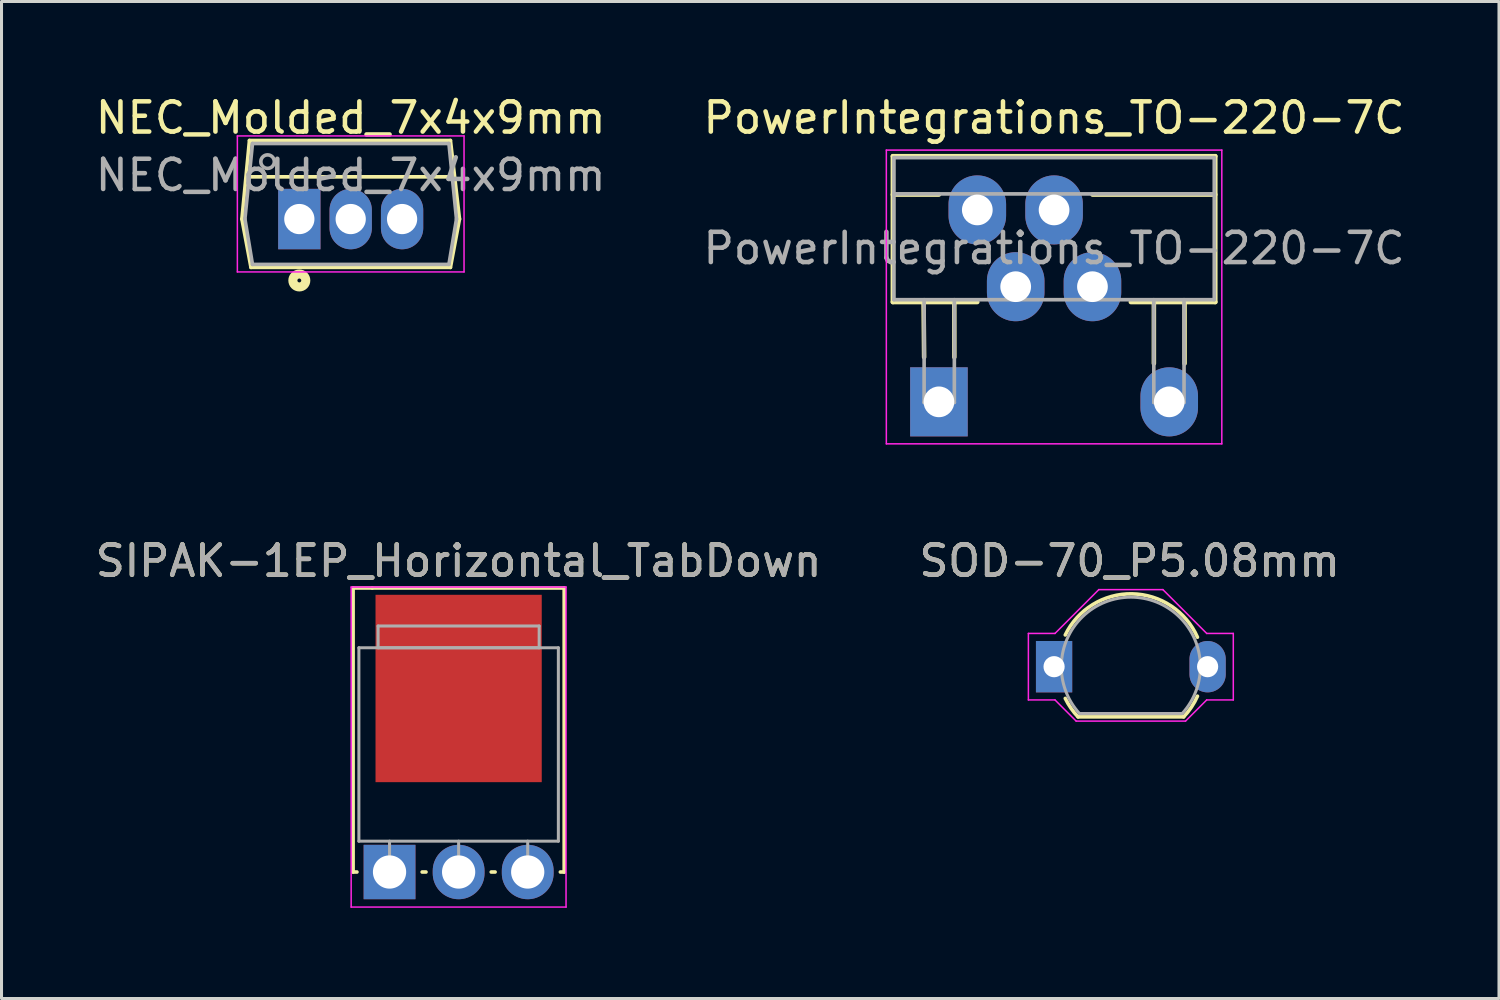
<source format=kicad_pcb>
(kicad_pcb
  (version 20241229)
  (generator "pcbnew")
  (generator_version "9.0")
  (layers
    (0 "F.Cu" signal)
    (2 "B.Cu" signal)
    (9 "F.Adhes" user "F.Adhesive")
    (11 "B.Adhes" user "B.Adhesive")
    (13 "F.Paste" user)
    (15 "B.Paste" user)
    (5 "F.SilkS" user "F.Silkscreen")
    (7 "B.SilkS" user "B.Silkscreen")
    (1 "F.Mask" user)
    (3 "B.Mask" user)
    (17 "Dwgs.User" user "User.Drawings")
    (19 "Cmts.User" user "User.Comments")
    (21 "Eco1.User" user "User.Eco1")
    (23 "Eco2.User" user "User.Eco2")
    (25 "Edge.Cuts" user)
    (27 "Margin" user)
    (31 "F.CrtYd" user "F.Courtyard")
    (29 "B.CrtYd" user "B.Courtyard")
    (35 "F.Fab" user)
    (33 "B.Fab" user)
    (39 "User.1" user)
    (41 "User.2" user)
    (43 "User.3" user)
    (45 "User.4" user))
  (footprint "NEC_Molded_7x4x9mm"
    (layer "F.Cu")
    (at 6.854 4.198)
    (property "Reference" "NEC_Molded_7x4x9mm" (at 1.7 -3.35 0) (layer "F.SilkS") (effects (font (size 1 1) (thickness 0.15))))
    (attr through_hole)
    (fp_line (start -1.9 0) (end -1.6 1.6) (stroke (width 0.12) (type solid)) (layer "F.SilkS"))
    (fp_line (start -1.714 -1.397) (end 5.08 -1.397) (stroke (width 0.12) (type solid)) (layer "F.SilkS"))
    (fp_line (start -1.65 -2.6) (end -1.9 0) (stroke (width 0.12) (type solid)) (layer "F.SilkS"))
    (fp_line (start -1.6 1.6) (end 5 1.6) (stroke (width 0.12) (type solid)) (layer "F.SilkS"))
    (fp_line (start 5 -2.6) (end -1.65 -2.6) (stroke (width 0.12) (type solid)) (layer "F.SilkS"))
    (fp_line (start 5 1.6) (end 5.3 0) (stroke (width 0.12) (type solid)) (layer "F.SilkS"))
    (fp_line (start 5.3 0) (end 5 -2.6) (stroke (width 0.12) (type solid)) (layer "F.SilkS"))
    (fp_circle (center 0 2.032) (end 0.064 2.032) (stroke (width 0.3) (type solid)) (fill no) (layer "F.SilkS"))
    (fp_line (start -2.05 -2.75) (end -2.05 1.75) (stroke (width 0.05) (type solid)) (layer "F.CrtYd"))
    (fp_line (start -2.05 1.75) (end 5.45 1.75) (stroke (width 0.05) (type solid)) (layer "F.CrtYd"))
    (fp_line (start 5.45 -2.75) (end -2.05 -2.75) (stroke (width 0.05) (type solid)) (layer "F.CrtYd"))
    (fp_line (start 5.45 1.75) (end 5.45 -2.75) (stroke (width 0.05) (type solid)) (layer "F.CrtYd"))
    (fp_line (start -1.8 0) (end -1.55 -2.5) (stroke (width 0.12) (type solid)) (layer "F.Fab"))
    (fp_line (start -1.55 1.5) (end -1.8 0) (stroke (width 0.12) (type solid)) (layer "F.Fab"))
    (fp_line (start -1.55 1.5) (end 4.95 1.5) (stroke (width 0.12) (type solid)) (layer "F.Fab"))
    (fp_line (start 4.95 -2.5) (end -1.55 -2.5) (stroke (width 0.12) (type solid)) (layer "F.Fab"))
    (fp_line (start 4.95 -2.5) (end 5.2 0) (stroke (width 0.12) (type solid)) (layer "F.Fab"))
    (fp_line (start 5.2 0) (end 4.95 1.5) (stroke (width 0.12) (type solid)) (layer "F.Fab"))
    (fp_circle (center -1.05 -1.9) (end -0.85 -1.8) (stroke (width 0.12) (type solid)) (fill no) (layer "F.Fab"))
    (fp_text user "${REFERENCE}" (at 1.7 -1.45 0) (layer "F.Fab") (effects (font (size 1 1) (thickness 0.15))))
    (pad "1" thru_hole rect (at 0 0 180) (size 1.4 2) (drill 1) (layers "*.Cu" "*.Mask"))
    (pad "2" thru_hole oval (at 1.7 0 180) (size 1.4 2) (drill 1) (layers "*.Cu" "*.Mask"))
    (pad "3" thru_hole oval (at 3.4 0 180) (size 1.4 2) (drill 1) (layers "*.Cu" "*.Mask")))
  (footprint "PowerIntegrations_TO-220-7C"
    (layer "F.Cu")
    (at 28.017 10.246)
    (property "Reference" "PowerIntegrations_TO-220-7C" (at 3.81 -9.398 0) (layer "F.SilkS") (effects (font (size 1 1) (thickness 0.15))))
    (attr through_hole)
    (fp_line (start -1.524 -8.128) (end -1.524 -3.302) (stroke (width 0.15) (type solid)) (layer "F.SilkS"))
    (fp_line (start -1.524 -6.858) (end 0 -6.858) (stroke (width 0.15) (type solid)) (layer "F.SilkS"))
    (fp_line (start -1.524 -3.302) (end 1.27 -3.302) (stroke (width 0.15) (type solid)) (layer "F.SilkS"))
    (fp_line (start -0.49 -1.48) (end -0.508 -3.302) (stroke (width 0.15) (type solid)) (layer "F.SilkS"))
    (fp_line (start 0.51 -1.48) (end 0.508 -3.302) (stroke (width 0.15) (type solid)) (layer "F.SilkS"))
    (fp_line (start 7.112 -1.27) (end 7.112 -3.302) (stroke (width 0.15) (type solid)) (layer "F.SilkS"))
    (fp_line (start 8.128 -1.27) (end 8.128 -3.302) (stroke (width 0.15) (type solid)) (layer "F.SilkS"))
    (fp_line (start 9.144 -8.128) (end -1.524 -8.128) (stroke (width 0.15) (type solid)) (layer "F.SilkS"))
    (fp_line (start 9.144 -8.128) (end 9.144 -3.302) (stroke (width 0.15) (type solid)) (layer "F.SilkS"))
    (fp_line (start 9.144 -6.858) (end 5.08 -6.858) (stroke (width 0.15) (type solid)) (layer "F.SilkS"))
    (fp_line (start 9.144 -3.302) (end 6.35 -3.302) (stroke (width 0.15) (type solid)) (layer "F.SilkS"))
    (fp_line (start -1.74 -8.33) (end -1.74 1.39) (stroke (width 0.05) (type solid)) (layer "F.CrtYd"))
    (fp_line (start -1.74 -8.33) (end 9.36 -8.33) (stroke (width 0.05) (type solid)) (layer "F.CrtYd"))
    (fp_line (start 9.36 1.39) (end -1.74 1.39) (stroke (width 0.05) (type solid)) (layer "F.CrtYd"))
    (fp_line (start 9.36 1.39) (end 9.36 -8.33) (stroke (width 0.05) (type solid)) (layer "F.CrtYd"))
    (fp_line (start -1.49 -8.08) (end -1.49 -3.38) (stroke (width 0.12) (type solid)) (layer "F.Fab"))
    (fp_line (start -1.49 -6.88) (end 9.11 -6.88) (stroke (width 0.12) (type solid)) (layer "F.Fab"))
    (fp_line (start -1.49 -3.38) (end 9.11 -3.38) (stroke (width 0.12) (type solid)) (layer "F.Fab"))
    (fp_line (start -0.49 -3.38) (end -0.49 0.02) (stroke (width 0.12) (type solid)) (layer "F.Fab"))
    (fp_line (start -0.49 0.02) (end 0.51 0.02) (stroke (width 0.12) (type solid)) (layer "F.Fab"))
    (fp_line (start 0.51 0.02) (end 0.51 -3.38) (stroke (width 0.12) (type solid)) (layer "F.Fab"))
    (fp_line (start 7.11 -3.38) (end 7.11 0.02) (stroke (width 0.12) (type solid)) (layer "F.Fab"))
    (fp_line (start 7.11 0.02) (end 8.11 0.02) (stroke (width 0.12) (type solid)) (layer "F.Fab"))
    (fp_line (start 8.11 0.02) (end 8.11 -3.38) (stroke (width 0.12) (type solid)) (layer "F.Fab"))
    (fp_line (start 9.11 -8.08) (end -1.49 -8.08) (stroke (width 0.12) (type solid)) (layer "F.Fab"))
    (fp_line (start 9.11 -3.38) (end 9.11 -8.08) (stroke (width 0.12) (type solid)) (layer "F.Fab"))
    (fp_text user "${REFERENCE}" (at 3.81 -5.08 0) (layer "F.Fab") (effects (font (size 1 1) (thickness 0.15))))
    (pad "1" thru_hole rect (at 0 0) (size 1.905 2.286) (drill 1.016) (layers "*.Cu" "*.Mask"))
    (pad "2" thru_hole oval (at 1.27 -6.35) (size 1.905 2.286) (drill 1.016) (layers "*.Cu" "*.Mask"))
    (pad "3" thru_hole oval (at 2.54 -3.81) (size 1.905 2.286) (drill 1.016) (layers "*.Cu" "*.Mask"))
    (pad "4" thru_hole oval (at 3.81 -6.35) (size 1.905 2.286) (drill 1.016) (layers "*.Cu" "*.Mask"))
    (pad "5" thru_hole oval (at 5.08 -3.81) (size 1.905 2.286) (drill 1.016) (layers "*.Cu" "*.Mask"))
    (pad "7" thru_hole oval (at 7.62 0) (size 1.905 2.286) (drill 1.016) (layers "*.Cu" "*.Mask")))
  (footprint "SIPAK-1EP_Horizontal_TabDown"
    (layer "F.Cu")
    (at 9.839 25.803)
    (property "Reference" "SIPAK-1EP_Horizontal_TabDown" (at 2.286 -10.293 0) (layer "F.SilkS") (effects (font (size 1 1) (thickness 0.15))))
    (attr through_hole)
    (fp_line (start -1.206 -9.398) (end -1.206 0) (stroke (width 0.12) (type solid)) (layer "F.SilkS"))
    (fp_line (start -1.206 0) (end -1.079 0) (stroke (width 0.12) (type solid)) (layer "F.SilkS"))
    (fp_line (start -0.572 -9.398) (end -1.206 -9.398) (stroke (width 0.12) (type solid)) (layer "F.SilkS"))
    (fp_line (start 1.079 0) (end 1.206 0) (stroke (width 0.12) (type solid)) (layer "F.SilkS"))
    (fp_line (start 3.365 0) (end 3.493 0) (stroke (width 0.12) (type solid)) (layer "F.SilkS"))
    (fp_line (start 5.652 0) (end 5.779 0) (stroke (width 0.12) (type solid)) (layer "F.SilkS"))
    (fp_line (start 5.779 -9.398) (end -0.572 -9.398) (stroke (width 0.12) (type solid)) (layer "F.SilkS"))
    (fp_line (start 5.779 0) (end 5.779 -9.398) (stroke (width 0.12) (type solid)) (layer "F.SilkS"))
    (fp_line (start -1.27 -9.43) (end -1.27 1.16) (stroke (width 0.05) (type solid)) (layer "F.CrtYd"))
    (fp_line (start -1.27 1.16) (end 5.84 1.16) (stroke (width 0.05) (type solid)) (layer "F.CrtYd"))
    (fp_line (start 5.84 -9.43) (end -1.27 -9.43) (stroke (width 0.05) (type solid)) (layer "F.CrtYd"))
    (fp_line (start 5.84 1.16) (end 5.84 -9.43) (stroke (width 0.05) (type solid)) (layer "F.CrtYd"))
    (fp_line (start -1.014 -7.42) (end 5.586 -7.42) (stroke (width 0.1) (type solid)) (layer "F.Fab"))
    (fp_line (start -1.014 -1.02) (end -1.014 -7.42) (stroke (width 0.1) (type solid)) (layer "F.Fab"))
    (fp_line (start -0.379 -8.14) (end 4.951 -8.14) (stroke (width 0.1) (type solid)) (layer "F.Fab"))
    (fp_line (start -0.379 -7.42) (end -0.379 -8.14) (stroke (width 0.1) (type solid)) (layer "F.Fab"))
    (fp_line (start 0 -1.02) (end 0 0) (stroke (width 0.1) (type solid)) (layer "F.Fab"))
    (fp_line (start 2.286 -1.02) (end 2.286 0) (stroke (width 0.1) (type solid)) (layer "F.Fab"))
    (fp_line (start 4.572 -1.02) (end 4.572 0) (stroke (width 0.1) (type solid)) (layer "F.Fab"))
    (fp_line (start 4.951 -8.14) (end 4.951 -7.42) (stroke (width 0.1) (type solid)) (layer "F.Fab"))
    (fp_line (start 4.951 -7.42) (end -0.379 -7.42) (stroke (width 0.1) (type solid)) (layer "F.Fab"))
    (fp_line (start 5.586 -7.42) (end 5.586 -1.02) (stroke (width 0.1) (type solid)) (layer "F.Fab"))
    (fp_line (start 5.586 -1.02) (end -1.014 -1.02) (stroke (width 0.1) (type solid)) (layer "F.Fab"))
    (fp_text user "${REFERENCE}" (at 2.286 -10.293 0) (layer "F.Fab") (effects (font (size 1 1) (thickness 0.15))))
    (pad "1" thru_hole rect (at 0 0) (size 1.714 1.8) (drill 1.1) (layers "*.Cu" "*.Mask"))
    (pad "2" thru_hole oval (at 2.286 0) (size 1.714 1.8) (drill 1.1) (layers "*.Cu" "*.Mask"))
    (pad "3" thru_hole oval (at 4.572 0) (size 1.714 1.8) (drill 1.1) (layers "*.Cu" "*.Mask"))
    (pad "4" smd rect (at 2.286 -6.073) (size 5.5 6.2) (layers "F.Cu" "F.Mask" "F.Paste")))
  (footprint "SOD-70_P5.08mm"
    (layer "F.Cu")
    (at 31.827 19.009)
    (property "Reference" "SOD-70_P5.08mm" (at 2.5 -3.5 0) (layer "F.SilkS") (effects (font (size 1 1) (thickness 0.15))))
    (attr through_hole)
    (fp_line (start 4.287 1.66) (end 0.793 1.66) (stroke (width 0.12) (type solid)) (layer "F.SilkS"))
    (fp_arc (start 0.37076 -1.05) (mid 2.5811 -2.40965) (end 4.743786 -0.975412) (stroke (width 0.12) (type solid)) (layer "F.SilkS"))
    (fp_arc (start 0.79286 1.66) (mid 0.5582 1.371338) (end 0.370761 1.05) (stroke (width 0.12) (type solid)) (layer "F.SilkS"))
    (fp_arc (start 4.743786 0.975412) (mid 4.544899 1.337341) (end 4.287141 1.66) (stroke (width 0.12) (type solid)) (layer "F.SilkS"))
    (fp_line (start -0.85 -1.1) (end -0.85 1.1) (stroke (width 0.05) (type solid)) (layer "F.CrtYd"))
    (fp_line (start -0.85 1.1) (end 0.03 1.1) (stroke (width 0.05) (type solid)) (layer "F.CrtYd"))
    (fp_line (start 0.03 -1.1) (end -0.85 -1.1) (stroke (width 0.05) (type solid)) (layer "F.CrtYd"))
    (fp_line (start 0.03 1.1) (end 0.73 1.8) (stroke (width 0.05) (type solid)) (layer "F.CrtYd"))
    (fp_line (start 1.48 -2.55) (end 0.03 -1.1) (stroke (width 0.05) (type solid)) (layer "F.CrtYd"))
    (fp_line (start 1.48 -2.55) (end 3.6 -2.55) (stroke (width 0.05) (type solid)) (layer "F.CrtYd"))
    (fp_line (start 3.6 -2.55) (end 5.05 -1.1) (stroke (width 0.05) (type solid)) (layer "F.CrtYd"))
    (fp_line (start 4.35 1.8) (end 0.73 1.8) (stroke (width 0.05) (type solid)) (layer "F.CrtYd"))
    (fp_line (start 5.05 -1.1) (end 5.93 -1.1) (stroke (width 0.05) (type solid)) (layer "F.CrtYd"))
    (fp_line (start 5.05 1.1) (end 4.35 1.8) (stroke (width 0.05) (type solid)) (layer "F.CrtYd"))
    (fp_line (start 5.93 -1.1) (end 5.93 1.1) (stroke (width 0.05) (type solid)) (layer "F.CrtYd"))
    (fp_line (start 5.93 1.1) (end 5.05 1.1) (stroke (width 0.05) (type solid)) (layer "F.CrtYd"))
    (fp_line (start 4.239 1.55) (end 0.841 1.55) (stroke (width 0.1) (type solid)) (layer "F.Fab"))
    (fp_arc (start 0.840735 1.55) (mid 2.54 -2.3) (end 4.239265 1.55) (stroke (width 0.1) (type solid)) (layer "F.Fab"))
    (fp_text user "${REFERENCE}" (at 2.5 -3.5 0) (layer "F.Fab") (effects (font (size 1 1) (thickness 0.15))))
    (pad "1" thru_hole rect (at 0 0) (size 1.2 1.7) (drill 0.7) (layers "*.Cu" "*.Mask"))
    (pad "2" thru_hole oval (at 5.08 0) (size 1.2 1.7) (drill 0.7) (layers "*.Cu" "*.Mask")))
  (gr_rect
    (start -3 -3)
    (end 46.548 29.988)
    (stroke (width 0.1) (type default))
    (fill no)
    (layer "Edge.Cuts")))
</source>
